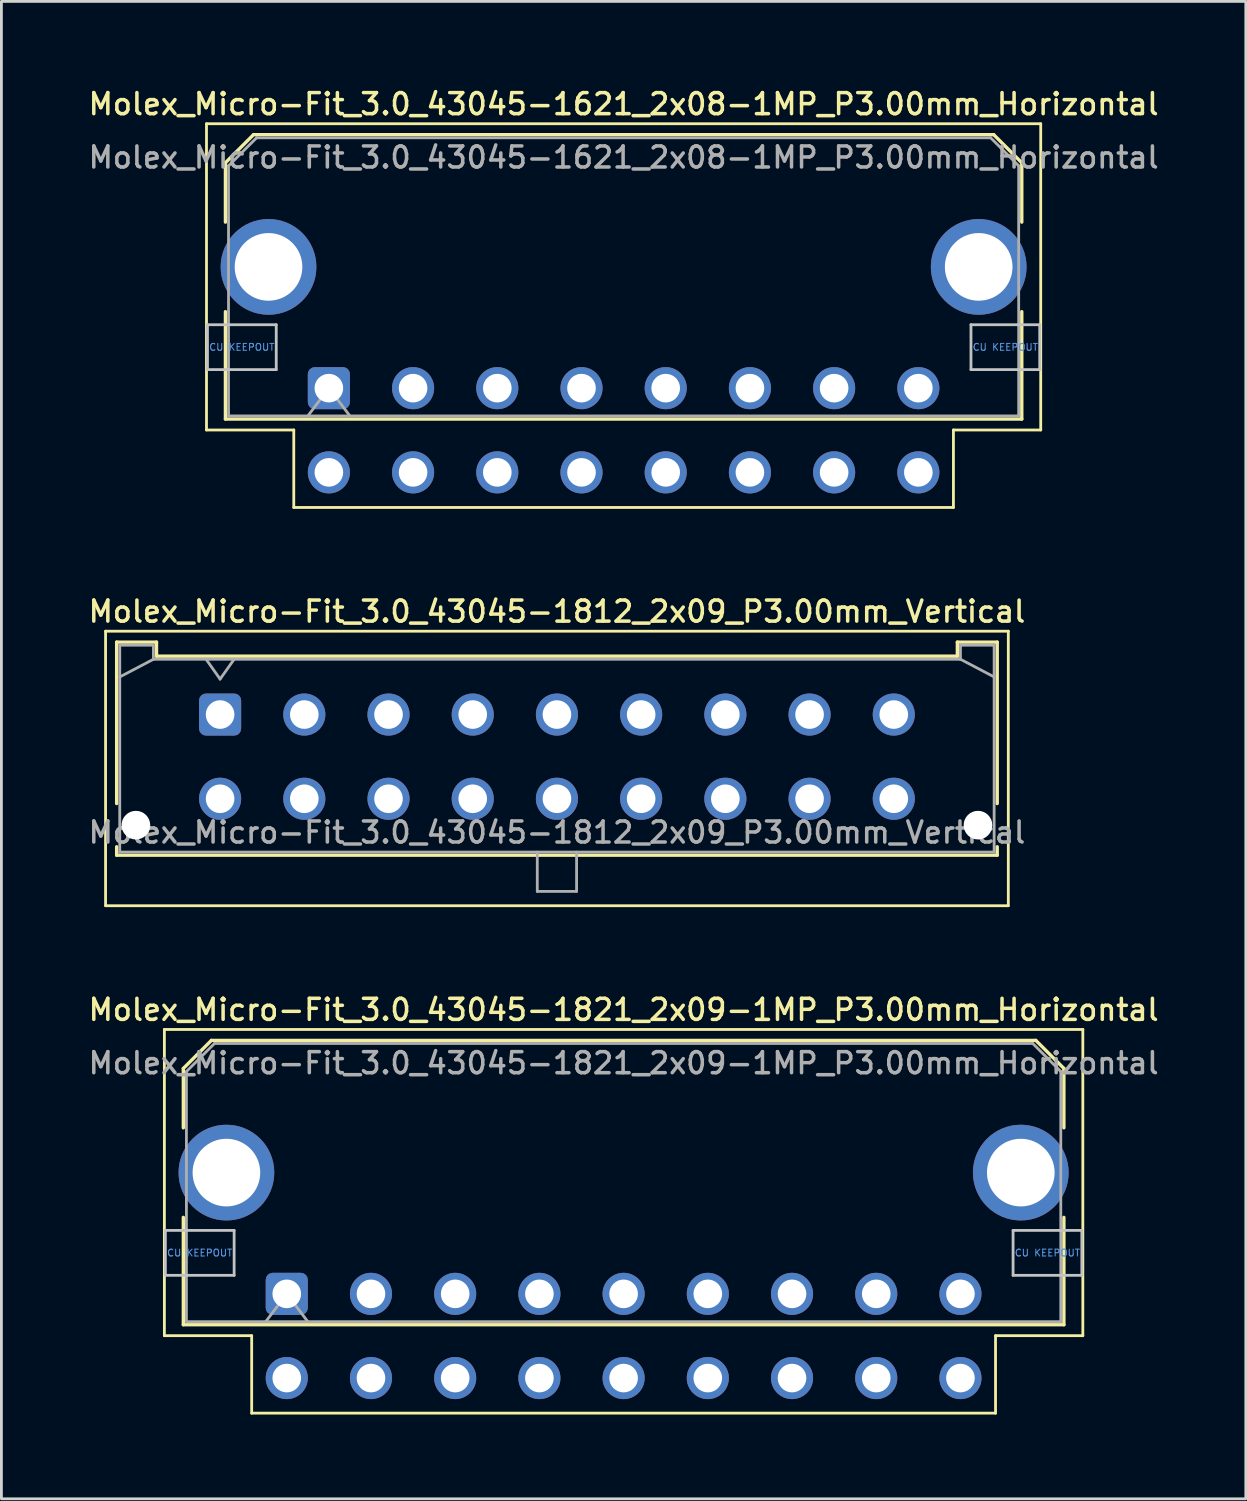
<source format=kicad_pcb>
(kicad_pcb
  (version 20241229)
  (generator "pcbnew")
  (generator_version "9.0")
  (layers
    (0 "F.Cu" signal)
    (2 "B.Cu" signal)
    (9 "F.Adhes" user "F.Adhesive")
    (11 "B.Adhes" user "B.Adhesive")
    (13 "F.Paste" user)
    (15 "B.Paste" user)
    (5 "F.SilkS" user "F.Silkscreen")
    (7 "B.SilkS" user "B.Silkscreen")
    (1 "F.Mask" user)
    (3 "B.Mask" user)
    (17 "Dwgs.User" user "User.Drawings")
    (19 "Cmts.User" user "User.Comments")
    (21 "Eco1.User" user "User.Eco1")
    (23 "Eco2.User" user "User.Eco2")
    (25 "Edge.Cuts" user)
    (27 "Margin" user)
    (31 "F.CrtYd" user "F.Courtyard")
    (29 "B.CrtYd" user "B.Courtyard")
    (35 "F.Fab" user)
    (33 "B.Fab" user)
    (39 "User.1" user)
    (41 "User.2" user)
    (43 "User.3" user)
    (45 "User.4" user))
  (footprint "Molex_Micro-Fit_3.0_43045-1621_2x08-1MP_P3.00mm_Horizontal"
    (layer "F.Cu")
    (at 8.666 10.778)
    (property "Reference" "Molex_Micro-Fit_3.0_43045-1621_2x08-1MP_P3.00mm_Horizontal" (at 10.5 -10.12 0) (layer "F.SilkS") (effects (font (size 0.75 0.75) (thickness 0.125))))
    (attr through_hole)
    (fp_line (start -4.36 -9.42) (end 25.36 -9.42) (stroke (width 0.1) (type solid)) (layer "F.SilkS"))
    (fp_line (start -4.36 1.49) (end -4.36 -9.42) (stroke (width 0.1) (type solid)) (layer "F.SilkS"))
    (fp_line (start -3.685 -8.03) (end -2.685 -9.03) (stroke (width 0.12) (type solid)) (layer "F.SilkS"))
    (fp_line (start -3.685 -5.915) (end -3.685 -8.03) (stroke (width 0.12) (type solid)) (layer "F.SilkS"))
    (fp_line (start -3.685 -2.725) (end -3.685 1.1) (stroke (width 0.12) (type solid)) (layer "F.SilkS"))
    (fp_line (start -3.685 1.1) (end 24.685 1.1) (stroke (width 0.12) (type solid)) (layer "F.SilkS"))
    (fp_line (start -2.685 -9.03) (end 23.685 -9.03) (stroke (width 0.12) (type solid)) (layer "F.SilkS"))
    (fp_line (start -1.25 1.49) (end -4.36 1.49) (stroke (width 0.1) (type solid)) (layer "F.SilkS"))
    (fp_line (start -1.25 4.25) (end -1.25 1.49) (stroke (width 0.1) (type solid)) (layer "F.SilkS"))
    (fp_line (start 22.25 1.49) (end 22.25 4.25) (stroke (width 0.1) (type solid)) (layer "F.SilkS"))
    (fp_line (start 22.25 4.25) (end -1.25 4.25) (stroke (width 0.1) (type solid)) (layer "F.SilkS"))
    (fp_line (start 23.685 -9.03) (end 24.685 -8.03) (stroke (width 0.12) (type solid)) (layer "F.SilkS"))
    (fp_line (start 24.685 -8.03) (end 24.685 -5.915) (stroke (width 0.12) (type solid)) (layer "F.SilkS"))
    (fp_line (start 24.685 1.1) (end 24.685 -2.725) (stroke (width 0.12) (type solid)) (layer "F.SilkS"))
    (fp_line (start 25.36 -9.42) (end 25.36 1.49) (stroke (width 0.1) (type solid)) (layer "F.SilkS"))
    (fp_line (start 25.36 1.49) (end 22.25 1.49) (stroke (width 0.1) (type solid)) (layer "F.SilkS"))
    (fp_line (start -4.325 -2.26) (end -4.325 -0.66) (stroke (width 0.1) (type solid)) (layer "Dwgs.User"))
    (fp_line (start -4.325 -0.66) (end -1.875 -0.66) (stroke (width 0.1) (type solid)) (layer "Dwgs.User"))
    (fp_line (start -1.875 -2.26) (end -4.325 -2.26) (stroke (width 0.1) (type solid)) (layer "Dwgs.User"))
    (fp_line (start -1.875 -0.66) (end -1.875 -2.26) (stroke (width 0.1) (type solid)) (layer "Dwgs.User"))
    (fp_line (start 22.875 -2.26) (end 22.875 -0.66) (stroke (width 0.1) (type solid)) (layer "Dwgs.User"))
    (fp_line (start 22.875 -0.66) (end 25.325 -0.66) (stroke (width 0.1) (type solid)) (layer "Dwgs.User"))
    (fp_line (start 25.325 -2.26) (end 22.875 -2.26) (stroke (width 0.1) (type solid)) (layer "Dwgs.User"))
    (fp_line (start 25.325 -0.66) (end 25.325 -2.26) (stroke (width 0.1) (type solid)) (layer "Dwgs.User"))
    (fp_line (start -3.575 -7.92) (end -2.575 -8.92) (stroke (width 0.1) (type solid)) (layer "F.Fab"))
    (fp_line (start -3.575 0.99) (end -3.575 -7.92) (stroke (width 0.1) (type solid)) (layer "F.Fab"))
    (fp_line (start -2.575 -8.92) (end 23.575 -8.92) (stroke (width 0.1) (type solid)) (layer "F.Fab"))
    (fp_line (start -0.75 0.99) (end 0 0) (stroke (width 0.1) (type solid)) (layer "F.Fab"))
    (fp_line (start 0 0) (end 0.75 0.99) (stroke (width 0.1) (type solid)) (layer "F.Fab"))
    (fp_line (start 23.575 -8.92) (end 24.575 -7.92) (stroke (width 0.1) (type solid)) (layer "F.Fab"))
    (fp_line (start 24.575 -7.92) (end 24.575 0.99) (stroke (width 0.1) (type solid)) (layer "F.Fab"))
    (fp_line (start 24.575 0.99) (end -3.575 0.99) (stroke (width 0.1) (type solid)) (layer "F.Fab"))
    (fp_text user "CU KEEPOUT" (at 24.1 -1.46 0) (layer "Cmts.User") (effects (font (size 0.245 0.245) (thickness 0.037))))
    (fp_text user "CU KEEPOUT" (at -3.1 -1.46 0) (layer "Cmts.User") (effects (font (size 0.245 0.245) (thickness 0.037))))
    (fp_text user "${REFERENCE}" (at 10.5 -8.22 0) (layer "F.Fab") (effects (font (size 0.75 0.75) (thickness 0.125))))
    (pad "1" thru_hole roundrect (at 0 0) (size 1.5 1.5) (drill 1.02) (layers "*.Cu" "*.Mask") (roundrect_rratio 0.167))
    (pad "2" thru_hole circle (at 3 0) (size 1.5 1.5) (drill 1.02) (layers "*.Cu" "*.Mask"))
    (pad "3" thru_hole circle (at 6 0) (size 1.5 1.5) (drill 1.02) (layers "*.Cu" "*.Mask"))
    (pad "4" thru_hole circle (at 9 0) (size 1.5 1.5) (drill 1.02) (layers "*.Cu" "*.Mask"))
    (pad "5" thru_hole circle (at 12 0) (size 1.5 1.5) (drill 1.02) (layers "*.Cu" "*.Mask"))
    (pad "6" thru_hole circle (at 15 0) (size 1.5 1.5) (drill 1.02) (layers "*.Cu" "*.Mask"))
    (pad "7" thru_hole circle (at 18 0) (size 1.5 1.5) (drill 1.02) (layers "*.Cu" "*.Mask"))
    (pad "8" thru_hole circle (at 21 0) (size 1.5 1.5) (drill 1.02) (layers "*.Cu" "*.Mask"))
    (pad "9" thru_hole circle (at 0 3) (size 1.5 1.5) (drill 1.02) (layers "*.Cu" "*.Mask"))
    (pad "10" thru_hole circle (at 3 3) (size 1.5 1.5) (drill 1.02) (layers "*.Cu" "*.Mask"))
    (pad "11" thru_hole circle (at 6 3) (size 1.5 1.5) (drill 1.02) (layers "*.Cu" "*.Mask"))
    (pad "12" thru_hole circle (at 9 3) (size 1.5 1.5) (drill 1.02) (layers "*.Cu" "*.Mask"))
    (pad "13" thru_hole circle (at 12 3) (size 1.5 1.5) (drill 1.02) (layers "*.Cu" "*.Mask"))
    (pad "14" thru_hole circle (at 15 3) (size 1.5 1.5) (drill 1.02) (layers "*.Cu" "*.Mask"))
    (pad "15" thru_hole circle (at 18 3) (size 1.5 1.5) (drill 1.02) (layers "*.Cu" "*.Mask"))
    (pad "16" thru_hole circle (at 21 3) (size 1.5 1.5) (drill 1.02) (layers "*.Cu" "*.Mask"))
    (pad "MP" thru_hole circle (at -2.15 -4.32) (size 3.41 3.41) (drill 2.41) (layers "*.Cu" "*.Mask"))
    (pad "MP" thru_hole circle (at 23.15 -4.32) (size 3.41 3.41) (drill 2.41) (layers "*.Cu" "*.Mask")))
  (footprint "Molex_Micro-Fit_3.0_43045-1821_2x09-1MP_P3.00mm_Horizontal"
    (layer "F.Cu")
    (at 7.166 43.044)
    (property "Reference" "Molex_Micro-Fit_3.0_43045-1821_2x09-1MP_P3.00mm_Horizontal" (at 12 -10.12 0) (layer "F.SilkS") (effects (font (size 0.75 0.75) (thickness 0.125))))
    (attr through_hole)
    (fp_line (start -4.36 -9.42) (end 28.36 -9.42) (stroke (width 0.1) (type solid)) (layer "F.SilkS"))
    (fp_line (start -4.36 1.49) (end -4.36 -9.42) (stroke (width 0.1) (type solid)) (layer "F.SilkS"))
    (fp_line (start -3.685 -8.03) (end -2.685 -9.03) (stroke (width 0.12) (type solid)) (layer "F.SilkS"))
    (fp_line (start -3.685 -5.915) (end -3.685 -8.03) (stroke (width 0.12) (type solid)) (layer "F.SilkS"))
    (fp_line (start -3.685 -2.725) (end -3.685 1.1) (stroke (width 0.12) (type solid)) (layer "F.SilkS"))
    (fp_line (start -3.685 1.1) (end 27.685 1.1) (stroke (width 0.12) (type solid)) (layer "F.SilkS"))
    (fp_line (start -2.685 -9.03) (end 26.685 -9.03) (stroke (width 0.12) (type solid)) (layer "F.SilkS"))
    (fp_line (start -1.25 1.49) (end -4.36 1.49) (stroke (width 0.1) (type solid)) (layer "F.SilkS"))
    (fp_line (start -1.25 4.25) (end -1.25 1.49) (stroke (width 0.1) (type solid)) (layer "F.SilkS"))
    (fp_line (start 25.25 1.49) (end 25.25 4.25) (stroke (width 0.1) (type solid)) (layer "F.SilkS"))
    (fp_line (start 25.25 4.25) (end -1.25 4.25) (stroke (width 0.1) (type solid)) (layer "F.SilkS"))
    (fp_line (start 26.685 -9.03) (end 27.685 -8.03) (stroke (width 0.12) (type solid)) (layer "F.SilkS"))
    (fp_line (start 27.685 -8.03) (end 27.685 -5.915) (stroke (width 0.12) (type solid)) (layer "F.SilkS"))
    (fp_line (start 27.685 1.1) (end 27.685 -2.725) (stroke (width 0.12) (type solid)) (layer "F.SilkS"))
    (fp_line (start 28.36 -9.42) (end 28.36 1.49) (stroke (width 0.1) (type solid)) (layer "F.SilkS"))
    (fp_line (start 28.36 1.49) (end 25.25 1.49) (stroke (width 0.1) (type solid)) (layer "F.SilkS"))
    (fp_line (start -4.325 -2.26) (end -4.325 -0.66) (stroke (width 0.1) (type solid)) (layer "Dwgs.User"))
    (fp_line (start -4.325 -0.66) (end -1.875 -0.66) (stroke (width 0.1) (type solid)) (layer "Dwgs.User"))
    (fp_line (start -1.875 -2.26) (end -4.325 -2.26) (stroke (width 0.1) (type solid)) (layer "Dwgs.User"))
    (fp_line (start -1.875 -0.66) (end -1.875 -2.26) (stroke (width 0.1) (type solid)) (layer "Dwgs.User"))
    (fp_line (start 25.875 -2.26) (end 25.875 -0.66) (stroke (width 0.1) (type solid)) (layer "Dwgs.User"))
    (fp_line (start 25.875 -0.66) (end 28.325 -0.66) (stroke (width 0.1) (type solid)) (layer "Dwgs.User"))
    (fp_line (start 28.325 -2.26) (end 25.875 -2.26) (stroke (width 0.1) (type solid)) (layer "Dwgs.User"))
    (fp_line (start 28.325 -0.66) (end 28.325 -2.26) (stroke (width 0.1) (type solid)) (layer "Dwgs.User"))
    (fp_line (start -3.575 -7.92) (end -2.575 -8.92) (stroke (width 0.1) (type solid)) (layer "F.Fab"))
    (fp_line (start -3.575 0.99) (end -3.575 -7.92) (stroke (width 0.1) (type solid)) (layer "F.Fab"))
    (fp_line (start -2.575 -8.92) (end 26.575 -8.92) (stroke (width 0.1) (type solid)) (layer "F.Fab"))
    (fp_line (start -0.75 0.99) (end 0 0) (stroke (width 0.1) (type solid)) (layer "F.Fab"))
    (fp_line (start 0 0) (end 0.75 0.99) (stroke (width 0.1) (type solid)) (layer "F.Fab"))
    (fp_line (start 26.575 -8.92) (end 27.575 -7.92) (stroke (width 0.1) (type solid)) (layer "F.Fab"))
    (fp_line (start 27.575 -7.92) (end 27.575 0.99) (stroke (width 0.1) (type solid)) (layer "F.Fab"))
    (fp_line (start 27.575 0.99) (end -3.575 0.99) (stroke (width 0.1) (type solid)) (layer "F.Fab"))
    (fp_text user "CU KEEPOUT" (at -3.1 -1.46 0) (layer "Cmts.User") (effects (font (size 0.245 0.245) (thickness 0.037))))
    (fp_text user "CU KEEPOUT" (at 27.1 -1.46 0) (layer "Cmts.User") (effects (font (size 0.245 0.245) (thickness 0.037))))
    (fp_text user "${REFERENCE}" (at 12 -8.22 0) (layer "F.Fab") (effects (font (size 0.75 0.75) (thickness 0.125))))
    (pad "1" thru_hole roundrect (at 0 0) (size 1.5 1.5) (drill 1.02) (layers "*.Cu" "*.Mask") (roundrect_rratio 0.167))
    (pad "2" thru_hole circle (at 3 0) (size 1.5 1.5) (drill 1.02) (layers "*.Cu" "*.Mask"))
    (pad "3" thru_hole circle (at 6 0) (size 1.5 1.5) (drill 1.02) (layers "*.Cu" "*.Mask"))
    (pad "4" thru_hole circle (at 9 0) (size 1.5 1.5) (drill 1.02) (layers "*.Cu" "*.Mask"))
    (pad "5" thru_hole circle (at 12 0) (size 1.5 1.5) (drill 1.02) (layers "*.Cu" "*.Mask"))
    (pad "6" thru_hole circle (at 15 0) (size 1.5 1.5) (drill 1.02) (layers "*.Cu" "*.Mask"))
    (pad "7" thru_hole circle (at 18 0) (size 1.5 1.5) (drill 1.02) (layers "*.Cu" "*.Mask"))
    (pad "8" thru_hole circle (at 21 0) (size 1.5 1.5) (drill 1.02) (layers "*.Cu" "*.Mask"))
    (pad "9" thru_hole circle (at 24 0) (size 1.5 1.5) (drill 1.02) (layers "*.Cu" "*.Mask"))
    (pad "10" thru_hole circle (at 0 3) (size 1.5 1.5) (drill 1.02) (layers "*.Cu" "*.Mask"))
    (pad "11" thru_hole circle (at 3 3) (size 1.5 1.5) (drill 1.02) (layers "*.Cu" "*.Mask"))
    (pad "12" thru_hole circle (at 6 3) (size 1.5 1.5) (drill 1.02) (layers "*.Cu" "*.Mask"))
    (pad "13" thru_hole circle (at 9 3) (size 1.5 1.5) (drill 1.02) (layers "*.Cu" "*.Mask"))
    (pad "14" thru_hole circle (at 12 3) (size 1.5 1.5) (drill 1.02) (layers "*.Cu" "*.Mask"))
    (pad "15" thru_hole circle (at 15 3) (size 1.5 1.5) (drill 1.02) (layers "*.Cu" "*.Mask"))
    (pad "16" thru_hole circle (at 18 3) (size 1.5 1.5) (drill 1.02) (layers "*.Cu" "*.Mask"))
    (pad "17" thru_hole circle (at 21 3) (size 1.5 1.5) (drill 1.02) (layers "*.Cu" "*.Mask"))
    (pad "18" thru_hole circle (at 24 3) (size 1.5 1.5) (drill 1.02) (layers "*.Cu" "*.Mask"))
    (pad "MP" thru_hole circle (at -2.15 -4.32) (size 3.41 3.41) (drill 2.41) (layers "*.Cu" "*.Mask"))
    (pad "MP" thru_hole circle (at 26.15 -4.32) (size 3.41 3.41) (drill 2.41) (layers "*.Cu" "*.Mask")))
  (footprint "Molex_Micro-Fit_3.0_43045-1812_2x09_P3.00mm_Vertical"
    (layer "F.Cu")
    (at 4.791 22.406)
    (property "Reference" "Molex_Micro-Fit_3.0_43045-1812_2x09_P3.00mm_Vertical" (at 12 -3.67 0) (layer "F.SilkS") (effects (font (size 0.75 0.75) (thickness 0.125))))
    (attr through_hole)
    (fp_line (start -4.08 -2.97) (end 28.08 -2.97) (stroke (width 0.1) (type solid)) (layer "F.SilkS"))
    (fp_line (start -4.08 6.81) (end -4.08 -2.97) (stroke (width 0.1) (type solid)) (layer "F.SilkS"))
    (fp_line (start -3.685 -2.58) (end -2.265 -2.58) (stroke (width 0.12) (type solid)) (layer "F.SilkS"))
    (fp_line (start -3.685 3.17) (end -3.685 -2.58) (stroke (width 0.12) (type solid)) (layer "F.SilkS"))
    (fp_line (start -3.685 4.71) (end -3.685 5.01) (stroke (width 0.12) (type solid)) (layer "F.SilkS"))
    (fp_line (start -3.685 5.01) (end 27.685 5.01) (stroke (width 0.12) (type solid)) (layer "F.SilkS"))
    (fp_line (start -2.265 -2.58) (end -2.265 -2.08) (stroke (width 0.12) (type solid)) (layer "F.SilkS"))
    (fp_line (start -2.265 -2.08) (end 26.265 -2.08) (stroke (width 0.12) (type solid)) (layer "F.SilkS"))
    (fp_line (start 26.265 -2.58) (end 27.685 -2.58) (stroke (width 0.12) (type solid)) (layer "F.SilkS"))
    (fp_line (start 26.265 -2.08) (end 26.265 -2.58) (stroke (width 0.12) (type solid)) (layer "F.SilkS"))
    (fp_line (start 27.685 -2.58) (end 27.685 3.17) (stroke (width 0.12) (type solid)) (layer "F.SilkS"))
    (fp_line (start 27.685 5.01) (end 27.685 4.71) (stroke (width 0.12) (type solid)) (layer "F.SilkS"))
    (fp_line (start 28.08 -2.97) (end 28.08 6.81) (stroke (width 0.1) (type solid)) (layer "F.SilkS"))
    (fp_line (start 28.08 6.81) (end -4.08 6.81) (stroke (width 0.1) (type solid)) (layer "F.SilkS"))
    (fp_line (start -3.575 -2.47) (end -3.575 4.9) (stroke (width 0.1) (type solid)) (layer "F.Fab"))
    (fp_line (start -3.575 -1.34) (end -2.375 -1.97) (stroke (width 0.1) (type solid)) (layer "F.Fab"))
    (fp_line (start -3.575 4.9) (end 27.575 4.9) (stroke (width 0.1) (type solid)) (layer "F.Fab"))
    (fp_line (start -2.375 -2.47) (end -3.575 -2.47) (stroke (width 0.1) (type solid)) (layer "F.Fab"))
    (fp_line (start -2.375 -1.97) (end -2.375 -2.47) (stroke (width 0.1) (type solid)) (layer "F.Fab"))
    (fp_line (start -0.5 -1.97) (end 0 -1.263) (stroke (width 0.1) (type solid)) (layer "F.Fab"))
    (fp_line (start 0 -1.263) (end 0.5 -1.97) (stroke (width 0.1) (type solid)) (layer "F.Fab"))
    (fp_line (start 11.3 4.9) (end 11.3 6.3) (stroke (width 0.1) (type solid)) (layer "F.Fab"))
    (fp_line (start 11.3 6.3) (end 12.7 6.3) (stroke (width 0.1) (type solid)) (layer "F.Fab"))
    (fp_line (start 12.7 6.3) (end 12.7 4.9) (stroke (width 0.1) (type solid)) (layer "F.Fab"))
    (fp_line (start 26.375 -2.47) (end 26.375 -1.97) (stroke (width 0.1) (type solid)) (layer "F.Fab"))
    (fp_line (start 26.375 -1.97) (end -2.375 -1.97) (stroke (width 0.1) (type solid)) (layer "F.Fab"))
    (fp_line (start 27.575 -2.47) (end 26.375 -2.47) (stroke (width 0.1) (type solid)) (layer "F.Fab"))
    (fp_line (start 27.575 -1.34) (end 26.375 -1.97) (stroke (width 0.1) (type solid)) (layer "F.Fab"))
    (fp_line (start 27.575 4.9) (end 27.575 -2.47) (stroke (width 0.1) (type solid)) (layer "F.Fab"))
    (fp_text user "${REFERENCE}" (at 12 4.2 0) (layer "F.Fab") (effects (font (size 0.75 0.75) (thickness 0.125))))
    (pad "" np_thru_hole circle (at -3 3.94) (size 1.02 1.02) (drill 1.02) (layers "*.Cu" "*.Mask"))
    (pad "" np_thru_hole circle (at 27 3.94) (size 1.02 1.02) (drill 1.02) (layers "*.Cu" "*.Mask"))
    (pad "1" thru_hole roundrect (at 0 0) (size 1.5 1.5) (drill 1.02) (layers "*.Cu" "*.Mask") (roundrect_rratio 0.167))
    (pad "2" thru_hole circle (at 3 0) (size 1.5 1.5) (drill 1.02) (layers "*.Cu" "*.Mask"))
    (pad "3" thru_hole circle (at 6 0) (size 1.5 1.5) (drill 1.02) (layers "*.Cu" "*.Mask"))
    (pad "4" thru_hole circle (at 9 0) (size 1.5 1.5) (drill 1.02) (layers "*.Cu" "*.Mask"))
    (pad "5" thru_hole circle (at 12 0) (size 1.5 1.5) (drill 1.02) (layers "*.Cu" "*.Mask"))
    (pad "6" thru_hole circle (at 15 0) (size 1.5 1.5) (drill 1.02) (layers "*.Cu" "*.Mask"))
    (pad "7" thru_hole circle (at 18 0) (size 1.5 1.5) (drill 1.02) (layers "*.Cu" "*.Mask"))
    (pad "8" thru_hole circle (at 21 0) (size 1.5 1.5) (drill 1.02) (layers "*.Cu" "*.Mask"))
    (pad "9" thru_hole circle (at 24 0) (size 1.5 1.5) (drill 1.02) (layers "*.Cu" "*.Mask"))
    (pad "10" thru_hole circle (at 0 3) (size 1.5 1.5) (drill 1.02) (layers "*.Cu" "*.Mask"))
    (pad "11" thru_hole circle (at 3 3) (size 1.5 1.5) (drill 1.02) (layers "*.Cu" "*.Mask"))
    (pad "12" thru_hole circle (at 6 3) (size 1.5 1.5) (drill 1.02) (layers "*.Cu" "*.Mask"))
    (pad "13" thru_hole circle (at 9 3) (size 1.5 1.5) (drill 1.02) (layers "*.Cu" "*.Mask"))
    (pad "14" thru_hole circle (at 12 3) (size 1.5 1.5) (drill 1.02) (layers "*.Cu" "*.Mask"))
    (pad "15" thru_hole circle (at 15 3) (size 1.5 1.5) (drill 1.02) (layers "*.Cu" "*.Mask"))
    (pad "16" thru_hole circle (at 18 3) (size 1.5 1.5) (drill 1.02) (layers "*.Cu" "*.Mask"))
    (pad "17" thru_hole circle (at 21 3) (size 1.5 1.5) (drill 1.02) (layers "*.Cu" "*.Mask"))
    (pad "18" thru_hole circle (at 24 3) (size 1.5 1.5) (drill 1.02) (layers "*.Cu" "*.Mask")))
  (gr_rect
    (start -3 -3)
    (end 41.332 50.344)
    (stroke (width 0.1) (type default))
    (fill no)
    (layer "Edge.Cuts")))
</source>
